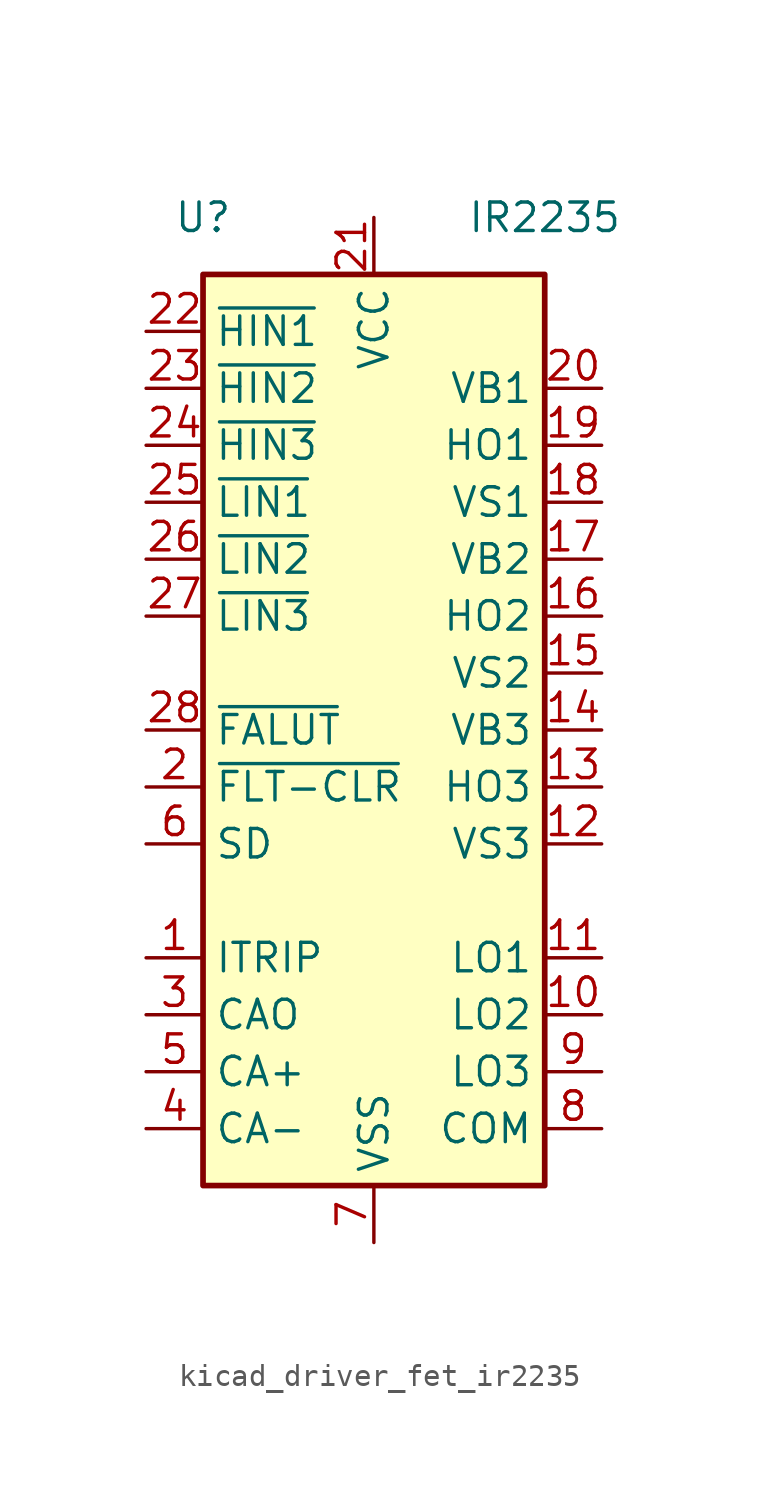
<source format=kicad_sym>
(kicad_symbol_lib
  (version 20220914)
  (generator kicad_symbol_editor)
  (symbol "kicad_driver_fet_ir2235"
    (property "Reference" "U"
      (at -7.62 22.86 0)
      (effects (font (size 1.27 1.27))))
    (property "Value" "IR2235"
      (at 7.62 22.86 0)
      (effects (font (size 1.27 1.27))))
    (symbol "kicad_driver_fet_ir2235_0_1"
      (rectangle (start -7.62 -20.32) (end 7.62 20.32) (stroke (width 0.254) (type default)) (fill (type background))))
    (symbol "kicad_driver_fet_ir2235_1_1"
      (pin input line (at -10.16 -10.16 0) (length 2.54) (name "ITRIP" (effects (font (size 1.27 1.27)))) (number "1" (effects (font (size 1.27 1.27)))))
      (pin output line (at 10.16 -12.7 180) (length 2.54) (name "LO2" (effects (font (size 1.27 1.27)))) (number "10" (effects (font (size 1.27 1.27)))))
      (pin output line (at 10.16 -10.16 180) (length 2.54) (name "LO1" (effects (font (size 1.27 1.27)))) (number "11" (effects (font (size 1.27 1.27)))))
      (pin passive line (at 10.16 -5.08 180) (length 2.54) (name "VS3" (effects (font (size 1.27 1.27)))) (number "12" (effects (font (size 1.27 1.27)))))
      (pin output line (at 10.16 -2.54 180) (length 2.54) (name "HO3" (effects (font (size 1.27 1.27)))) (number "13" (effects (font (size 1.27 1.27)))))
      (pin passive line (at 10.16 0 180) (length 2.54) (name "VB3" (effects (font (size 1.27 1.27)))) (number "14" (effects (font (size 1.27 1.27)))))
      (pin passive line (at 10.16 2.54 180) (length 2.54) (name "VS2" (effects (font (size 1.27 1.27)))) (number "15" (effects (font (size 1.27 1.27)))))
      (pin output line (at 10.16 5.08 180) (length 2.54) (name "HO2" (effects (font (size 1.27 1.27)))) (number "16" (effects (font (size 1.27 1.27)))))
      (pin passive line (at 10.16 7.62 180) (length 2.54) (name "VB2" (effects (font (size 1.27 1.27)))) (number "17" (effects (font (size 1.27 1.27)))))
      (pin passive line (at 10.16 10.16 180) (length 2.54) (name "VS1" (effects (font (size 1.27 1.27)))) (number "18" (effects (font (size 1.27 1.27)))))
      (pin output line (at 10.16 12.7 180) (length 2.54) (name "HO1" (effects (font (size 1.27 1.27)))) (number "19" (effects (font (size 1.27 1.27)))))
      (pin input line (at -10.16 -2.54 0) (length 2.54) (name "~{FLT-CLR}" (effects (font (size 1.27 1.27)))) (number "2" (effects (font (size 1.27 1.27)))))
      (pin passive line (at 10.16 15.24 180) (length 2.54) (name "VB1" (effects (font (size 1.27 1.27)))) (number "20" (effects (font (size 1.27 1.27)))))
      (pin power_in line (at 0 22.86 270) (length 2.54) (name "VCC" (effects (font (size 1.27 1.27)))) (number "21" (effects (font (size 1.27 1.27)))))
      (pin input line (at -10.16 17.78 0) (length 2.54) (name "~{HIN1}" (effects (font (size 1.27 1.27)))) (number "22" (effects (font (size 1.27 1.27)))))
      (pin input line (at -10.16 15.24 0) (length 2.54) (name "~{HIN2}" (effects (font (size 1.27 1.27)))) (number "23" (effects (font (size 1.27 1.27)))))
      (pin input line (at -10.16 12.7 0) (length 2.54) (name "~{HIN3}" (effects (font (size 1.27 1.27)))) (number "24" (effects (font (size 1.27 1.27)))))
      (pin input line (at -10.16 10.16 0) (length 2.54) (name "~{LIN1}" (effects (font (size 1.27 1.27)))) (number "25" (effects (font (size 1.27 1.27)))))
      (pin input line (at -10.16 7.62 0) (length 2.54) (name "~{LIN2}" (effects (font (size 1.27 1.27)))) (number "26" (effects (font (size 1.27 1.27)))))
      (pin input line (at -10.16 5.08 0) (length 2.54) (name "~{LIN3}" (effects (font (size 1.27 1.27)))) (number "27" (effects (font (size 1.27 1.27)))))
      (pin output line (at -10.16 0 0) (length 2.54) (name "~{FALUT}" (effects (font (size 1.27 1.27)))) (number "28" (effects (font (size 1.27 1.27)))))
      (pin output line (at -10.16 -12.7 0) (length 2.54) (name "CAO" (effects (font (size 1.27 1.27)))) (number "3" (effects (font (size 1.27 1.27)))))
      (pin input line (at -10.16 -17.78 0) (length 2.54) (name "CA-" (effects (font (size 1.27 1.27)))) (number "4" (effects (font (size 1.27 1.27)))))
      (pin input line (at -10.16 -15.24 0) (length 2.54) (name "CA+" (effects (font (size 1.27 1.27)))) (number "5" (effects (font (size 1.27 1.27)))))
      (pin input line (at -10.16 -5.08 0) (length 2.54) (name "SD" (effects (font (size 1.27 1.27)))) (number "6" (effects (font (size 1.27 1.27)))))
      (pin power_in line (at 0 -22.86 90) (length 2.54) (name "VSS" (effects (font (size 1.27 1.27)))) (number "7" (effects (font (size 1.27 1.27)))))
      (pin passive line (at 10.16 -17.78 180) (length 2.54) (name "COM" (effects (font (size 1.27 1.27)))) (number "8" (effects (font (size 1.27 1.27)))))
      (pin output line (at 10.16 -15.24 180) (length 2.54) (name "LO3" (effects (font (size 1.27 1.27)))) (number "9" (effects (font (size 1.27 1.27))))))))
</source>
